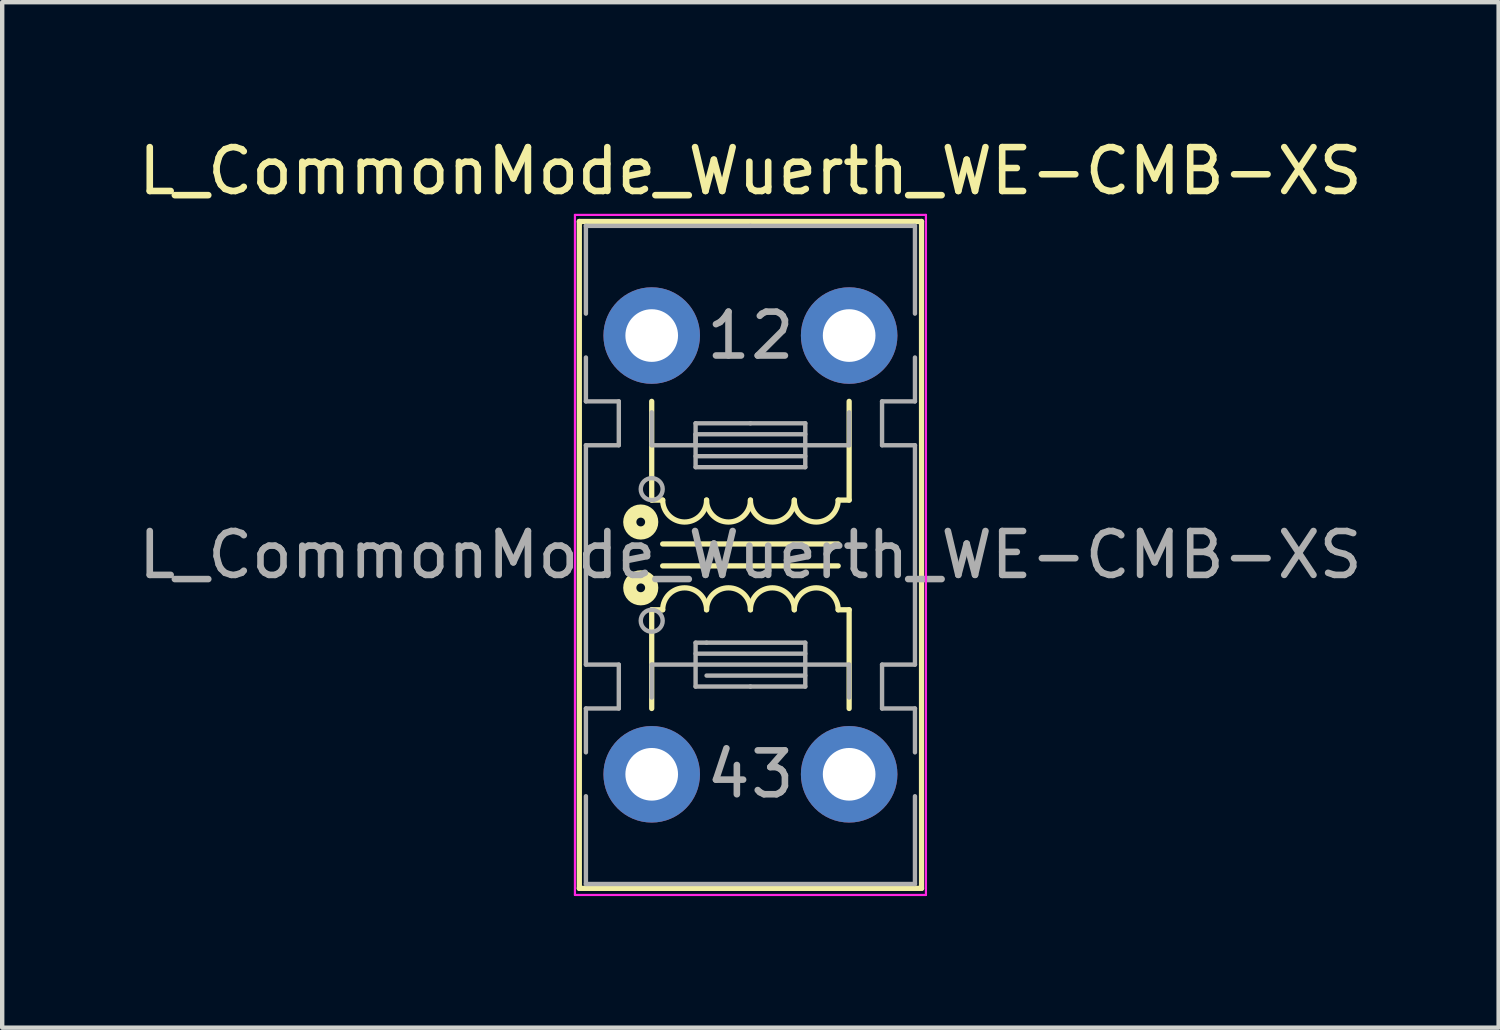
<source format=kicad_pcb>
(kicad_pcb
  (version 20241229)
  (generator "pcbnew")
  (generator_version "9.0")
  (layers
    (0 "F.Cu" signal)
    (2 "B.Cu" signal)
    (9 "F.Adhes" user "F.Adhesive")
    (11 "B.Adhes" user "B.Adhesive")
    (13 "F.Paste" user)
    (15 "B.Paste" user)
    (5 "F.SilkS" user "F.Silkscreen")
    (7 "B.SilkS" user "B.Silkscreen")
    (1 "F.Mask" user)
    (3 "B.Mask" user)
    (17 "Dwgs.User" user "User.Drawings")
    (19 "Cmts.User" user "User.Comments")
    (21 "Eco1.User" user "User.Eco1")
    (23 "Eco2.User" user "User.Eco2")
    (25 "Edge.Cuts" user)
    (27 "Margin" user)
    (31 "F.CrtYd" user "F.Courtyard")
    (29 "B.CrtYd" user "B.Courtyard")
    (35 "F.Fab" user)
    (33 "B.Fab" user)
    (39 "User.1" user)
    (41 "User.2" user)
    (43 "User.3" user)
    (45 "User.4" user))
  (footprint "L_CommonMode_Wuerth_WE-CMB-XS"
    (layer "F.Cu")
    (at 11.804 4.598)
    (property "Reference" "L_CommonMode_Wuerth_WE-CMB-XS" (at 2.25 -3.75 0) (layer "F.SilkS") (effects (font (size 1 1) (thickness 0.15))))
    (attr through_hole)
    (fp_line (start -1.65 -2.6) (end -1.65 12.6) (stroke (width 0.12) (type solid)) (layer "F.SilkS"))
    (fp_line (start -1.65 12.6) (end 6.15 12.6) (stroke (width 0.12) (type solid)) (layer "F.SilkS"))
    (fp_line (start 0 1.5) (end 0 3.75) (stroke (width 0.12) (type solid)) (layer "F.SilkS"))
    (fp_line (start 0 6.25) (end 0 8.5) (stroke (width 0.12) (type solid)) (layer "F.SilkS"))
    (fp_line (start 0.25 3.75) (end 0 3.75) (stroke (width 0.12) (type solid)) (layer "F.SilkS"))
    (fp_line (start 0.25 5.25) (end 4.25 5.25) (stroke (width 0.12) (type solid)) (layer "F.SilkS"))
    (fp_line (start 0.25 6.25) (end 0 6.25) (stroke (width 0.12) (type solid)) (layer "F.SilkS"))
    (fp_line (start 4.25 3.75) (end 4.5 3.75) (stroke (width 0.12) (type solid)) (layer "F.SilkS"))
    (fp_line (start 4.25 4.75) (end 0.25 4.75) (stroke (width 0.12) (type solid)) (layer "F.SilkS"))
    (fp_line (start 4.25 6.25) (end 4.5 6.25) (stroke (width 0.12) (type solid)) (layer "F.SilkS"))
    (fp_line (start 4.5 3.75) (end 4.5 1.5) (stroke (width 0.12) (type solid)) (layer "F.SilkS"))
    (fp_line (start 4.5 6.25) (end 4.5 8.5) (stroke (width 0.12) (type solid)) (layer "F.SilkS"))
    (fp_line (start 6.15 -2.6) (end -1.65 -2.6) (stroke (width 0.12) (type solid)) (layer "F.SilkS"))
    (fp_line (start 6.15 12.6) (end 6.15 -2.6) (stroke (width 0.12) (type solid)) (layer "F.SilkS"))
    (fp_arc (start 0.25 6.25) (mid 0.75 5.75) (end 1.25 6.25) (stroke (width 0.12) (type solid)) (layer "F.SilkS"))
    (fp_arc (start 1.25 3.75) (mid 0.75 4.25) (end 0.25 3.75) (stroke (width 0.12) (type solid)) (layer "F.SilkS"))
    (fp_arc (start 1.25 6.25) (mid 1.75 5.75) (end 2.25 6.25) (stroke (width 0.12) (type solid)) (layer "F.SilkS"))
    (fp_arc (start 2.25 3.75) (mid 1.75 4.25) (end 1.25 3.75) (stroke (width 0.12) (type solid)) (layer "F.SilkS"))
    (fp_arc (start 2.25 6.25) (mid 2.75 5.75) (end 3.25 6.25) (stroke (width 0.12) (type solid)) (layer "F.SilkS"))
    (fp_arc (start 3.25 3.75) (mid 2.75 4.25) (end 2.25 3.75) (stroke (width 0.12) (type solid)) (layer "F.SilkS"))
    (fp_arc (start 3.25 6.25) (mid 3.75 5.75) (end 4.25 6.25) (stroke (width 0.12) (type solid)) (layer "F.SilkS"))
    (fp_arc (start 4.25 3.75) (mid 3.75 4.25) (end 3.25 3.75) (stroke (width 0.12) (type solid)) (layer "F.SilkS"))
    (fp_circle (center -0.25 4.25) (end -0.15 4.25) (stroke (width 0.3) (type solid)) (fill no) (layer "F.SilkS"))
    (fp_circle (center -0.25 5.75) (end -0.15 5.75) (stroke (width 0.3) (type solid)) (fill no) (layer "F.SilkS"))
    (fp_line (start -1.75 -2.75) (end -1.75 12.75) (stroke (width 0.05) (type solid)) (layer "F.CrtYd"))
    (fp_line (start -1.75 12.75) (end 6.25 12.75) (stroke (width 0.05) (type solid)) (layer "F.CrtYd"))
    (fp_line (start 6.25 -2.75) (end -1.75 -2.75) (stroke (width 0.05) (type solid)) (layer "F.CrtYd"))
    (fp_line (start 6.25 12.75) (end 6.25 -2.75) (stroke (width 0.05) (type solid)) (layer "F.CrtYd"))
    (fp_line (start -1.5 -2.5) (end 2.25 -2.5) (stroke (width 0.1) (type solid)) (layer "F.Fab"))
    (fp_line (start -1.5 -0.5) (end -1.5 -2.5) (stroke (width 0.1) (type solid)) (layer "F.Fab"))
    (fp_line (start -1.5 1.5) (end -1.5 0.5) (stroke (width 0.1) (type solid)) (layer "F.Fab"))
    (fp_line (start -1.5 2.5) (end -0.75 2.5) (stroke (width 0.1) (type solid)) (layer "F.Fab"))
    (fp_line (start -1.5 7.5) (end -1.5 2.5) (stroke (width 0.1) (type solid)) (layer "F.Fab"))
    (fp_line (start -1.5 8.5) (end -0.75 8.5) (stroke (width 0.1) (type solid)) (layer "F.Fab"))
    (fp_line (start -1.5 9.5) (end -1.5 8.5) (stroke (width 0.1) (type solid)) (layer "F.Fab"))
    (fp_line (start -1.5 12.5) (end -1.5 10.5) (stroke (width 0.1) (type solid)) (layer "F.Fab"))
    (fp_line (start -0.75 1.5) (end -1.5 1.5) (stroke (width 0.1) (type solid)) (layer "F.Fab"))
    (fp_line (start -0.75 2.5) (end -0.75 1.5) (stroke (width 0.1) (type solid)) (layer "F.Fab"))
    (fp_line (start -0.75 7.5) (end -1.5 7.5) (stroke (width 0.1) (type solid)) (layer "F.Fab"))
    (fp_line (start -0.75 8.5) (end -0.75 7.5) (stroke (width 0.1) (type solid)) (layer "F.Fab"))
    (fp_line (start 0 2.5) (end 0 1.75) (stroke (width 0.1) (type solid)) (layer "F.Fab"))
    (fp_line (start 0 7.5) (end 0 8.25) (stroke (width 0.1) (type solid)) (layer "F.Fab"))
    (fp_line (start 1 2) (end 2.25 2) (stroke (width 0.1) (type solid)) (layer "F.Fab"))
    (fp_line (start 1 2.25) (end 1 2.5) (stroke (width 0.1) (type solid)) (layer "F.Fab"))
    (fp_line (start 1 2.5) (end 0 2.5) (stroke (width 0.1) (type solid)) (layer "F.Fab"))
    (fp_line (start 1 2.75) (end 3.5 2.75) (stroke (width 0.1) (type solid)) (layer "F.Fab"))
    (fp_line (start 1 3) (end 1 2) (stroke (width 0.1) (type solid)) (layer "F.Fab"))
    (fp_line (start 1 7) (end 1 8) (stroke (width 0.1) (type solid)) (layer "F.Fab"))
    (fp_line (start 1 7.5) (end 0 7.5) (stroke (width 0.1) (type solid)) (layer "F.Fab"))
    (fp_line (start 1 8) (end 2.25 8) (stroke (width 0.1) (type solid)) (layer "F.Fab"))
    (fp_line (start 1.25 7) (end 1 7) (stroke (width 0.1) (type solid)) (layer "F.Fab"))
    (fp_line (start 2.25 -2.5) (end 6 -2.5) (stroke (width 0.1) (type solid)) (layer "F.Fab"))
    (fp_line (start 2.25 2) (end 3.5 2) (stroke (width 0.1) (type solid)) (layer "F.Fab"))
    (fp_line (start 2.25 8) (end 3.5 8) (stroke (width 0.1) (type solid)) (layer "F.Fab"))
    (fp_line (start 3.5 2) (end 3.5 3) (stroke (width 0.1) (type solid)) (layer "F.Fab"))
    (fp_line (start 3.5 2.25) (end 1 2.25) (stroke (width 0.1) (type solid)) (layer "F.Fab"))
    (fp_line (start 3.5 2.5) (end 1 2.5) (stroke (width 0.1) (type solid)) (layer "F.Fab"))
    (fp_line (start 3.5 2.5) (end 4.5 2.5) (stroke (width 0.1) (type solid)) (layer "F.Fab"))
    (fp_line (start 3.5 3) (end 1 3) (stroke (width 0.1) (type solid)) (layer "F.Fab"))
    (fp_line (start 3.5 7) (end 1.25 7) (stroke (width 0.1) (type solid)) (layer "F.Fab"))
    (fp_line (start 3.5 7.25) (end 1 7.25) (stroke (width 0.1) (type solid)) (layer "F.Fab"))
    (fp_line (start 3.5 7.5) (end 1 7.5) (stroke (width 0.1) (type solid)) (layer "F.Fab"))
    (fp_line (start 3.5 7.5) (end 4.5 7.5) (stroke (width 0.1) (type solid)) (layer "F.Fab"))
    (fp_line (start 3.5 7.75) (end 1.25 7.75) (stroke (width 0.1) (type solid)) (layer "F.Fab"))
    (fp_line (start 3.5 8) (end 3.5 7) (stroke (width 0.1) (type solid)) (layer "F.Fab"))
    (fp_line (start 4.5 2.5) (end 4.5 1.75) (stroke (width 0.1) (type solid)) (layer "F.Fab"))
    (fp_line (start 4.5 7.5) (end 4.5 8.25) (stroke (width 0.1) (type solid)) (layer "F.Fab"))
    (fp_line (start 5.25 1.5) (end 5.25 2.5) (stroke (width 0.1) (type solid)) (layer "F.Fab"))
    (fp_line (start 5.25 2.5) (end 6 2.5) (stroke (width 0.1) (type solid)) (layer "F.Fab"))
    (fp_line (start 5.25 7.5) (end 5.25 8.5) (stroke (width 0.1) (type solid)) (layer "F.Fab"))
    (fp_line (start 5.25 8.5) (end 6 8.5) (stroke (width 0.1) (type solid)) (layer "F.Fab"))
    (fp_line (start 6 -2.5) (end 6 -0.5) (stroke (width 0.1) (type solid)) (layer "F.Fab"))
    (fp_line (start 6 0.5) (end 6 1.5) (stroke (width 0.1) (type solid)) (layer "F.Fab"))
    (fp_line (start 6 1.5) (end 5.25 1.5) (stroke (width 0.1) (type solid)) (layer "F.Fab"))
    (fp_line (start 6 2.5) (end 6 7.5) (stroke (width 0.1) (type solid)) (layer "F.Fab"))
    (fp_line (start 6 7.5) (end 5.25 7.5) (stroke (width 0.1) (type solid)) (layer "F.Fab"))
    (fp_line (start 6 8.5) (end 6 9.5) (stroke (width 0.1) (type solid)) (layer "F.Fab"))
    (fp_line (start 6 10.5) (end 6 12.5) (stroke (width 0.1) (type solid)) (layer "F.Fab"))
    (fp_line (start 6 12.5) (end -1.5 12.5) (stroke (width 0.1) (type solid)) (layer "F.Fab"))
    (fp_circle (center 0 3.5) (end 0.25 3.5) (stroke (width 0.1) (type solid)) (fill no) (layer "F.Fab"))
    (fp_circle (center 0 6.5) (end 0 6.25) (stroke (width 0.1) (type solid)) (fill no) (layer "F.Fab"))
    (fp_text user "4" (at 1.75 10 0) (layer "F.Fab") (effects (font (size 1 1) (thickness 0.15))))
    (fp_text user "2" (at 2.75 0 0) (layer "F.Fab") (effects (font (size 1 1) (thickness 0.15))))
    (fp_text user "3" (at 2.75 10 0) (layer "F.Fab") (effects (font (size 1 1) (thickness 0.15))))
    (fp_text user "${REFERENCE}" (at 2.25 5 0) (layer "F.Fab") (effects (font (size 1 1) (thickness 0.15))))
    (fp_text user "1" (at 1.75 0 0) (layer "F.Fab") (effects (font (size 1 1) (thickness 0.15))))
    (pad "1" thru_hole circle (at 0 0) (size 2.2 2.2) (drill 1.2) (layers "*.Cu" "*.Mask"))
    (pad "2" thru_hole circle (at 4.5 0) (size 2.2 2.2) (drill 1.2) (layers "*.Cu" "*.Mask"))
    (pad "3" thru_hole circle (at 4.5 10) (size 2.2 2.2) (drill 1.2) (layers "*.Cu" "*.Mask"))
    (pad "4" thru_hole circle (at 0 10) (size 2.2 2.2) (drill 1.2) (layers "*.Cu" "*.Mask")))
  (gr_rect
    (start -3 -3)
    (end 31.107 20.373)
    (stroke (width 0.1) (type default))
    (fill no)
    (layer "Edge.Cuts")))
</source>
